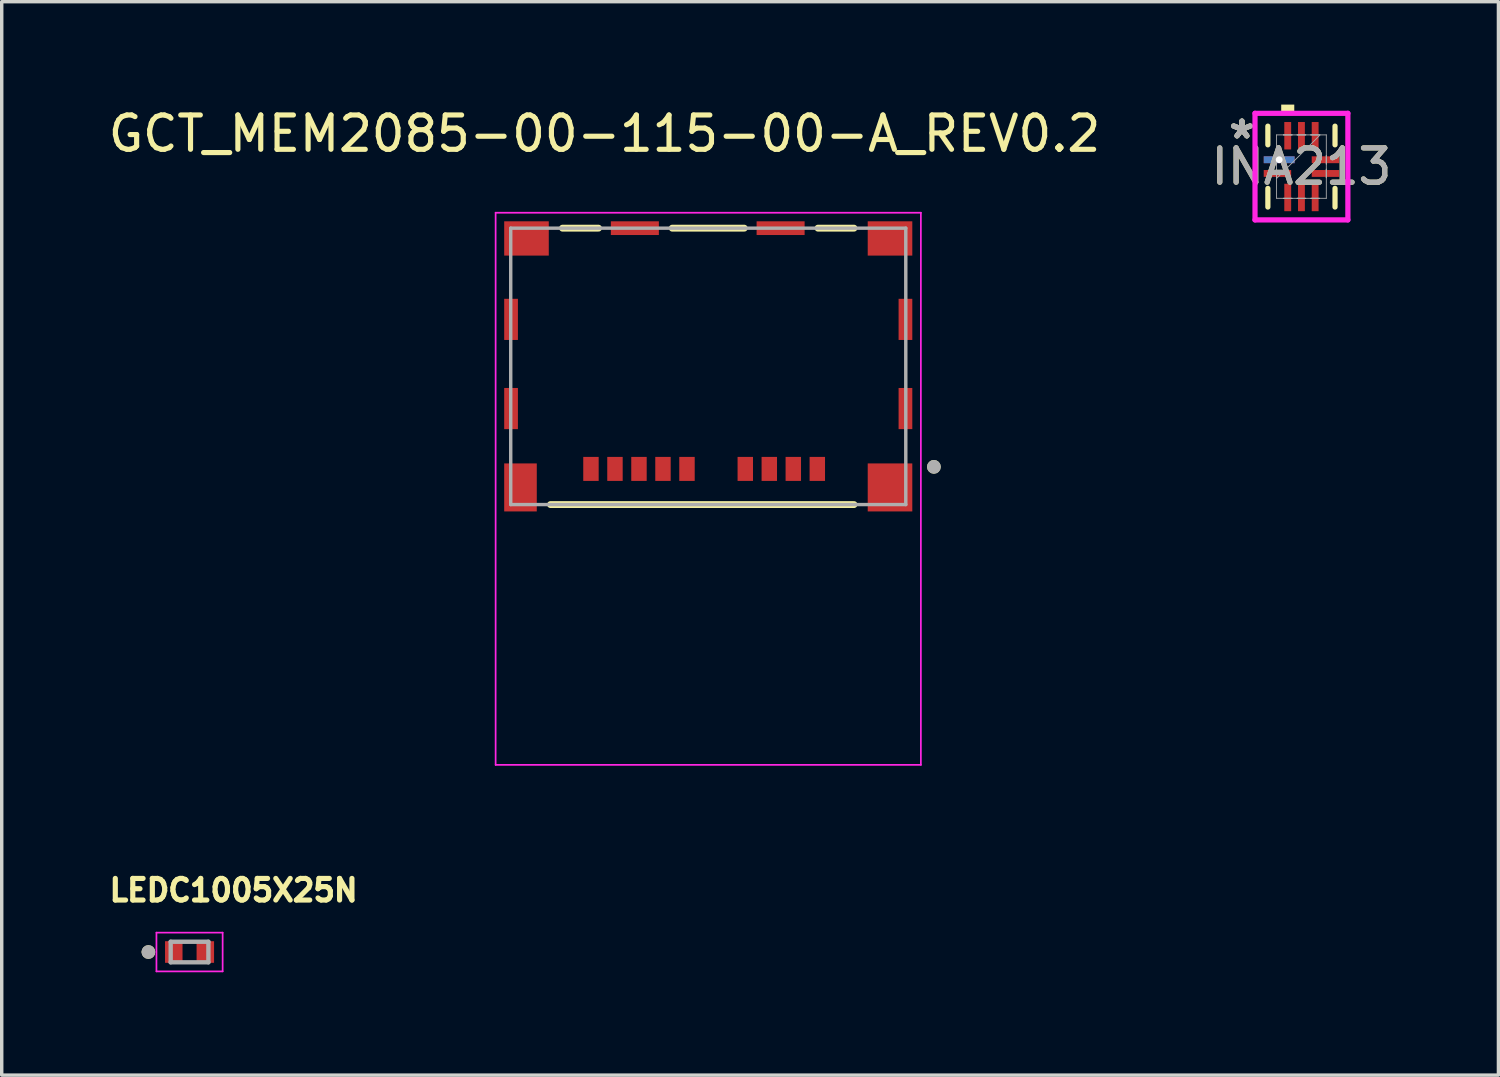
<source format=kicad_pcb>
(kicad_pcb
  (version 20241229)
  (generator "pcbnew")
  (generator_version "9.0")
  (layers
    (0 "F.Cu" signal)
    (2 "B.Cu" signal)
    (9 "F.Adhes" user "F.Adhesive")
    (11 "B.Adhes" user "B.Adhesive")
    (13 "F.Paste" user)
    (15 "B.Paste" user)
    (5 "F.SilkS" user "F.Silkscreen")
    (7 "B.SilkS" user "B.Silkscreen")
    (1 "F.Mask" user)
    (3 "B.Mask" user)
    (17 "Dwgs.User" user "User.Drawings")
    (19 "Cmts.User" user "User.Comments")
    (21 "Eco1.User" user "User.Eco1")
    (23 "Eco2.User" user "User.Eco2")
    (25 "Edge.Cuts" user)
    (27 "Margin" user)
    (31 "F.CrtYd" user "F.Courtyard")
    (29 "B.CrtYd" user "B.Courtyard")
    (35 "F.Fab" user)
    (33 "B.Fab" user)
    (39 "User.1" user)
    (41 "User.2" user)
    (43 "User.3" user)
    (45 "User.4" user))
  (footprint "INA213"
    (layer "F.Cu")
    (at 34.899 1.808)
    (property "Reference" "INA213" (at 0 0 0) (unlocked yes) (layer "F.SilkS") (effects (font (size 1 1) (thickness 0.15))))
    (attr smd)
    (fp_poly (pts (xy -1.15 -0.35) (xy -1.15 -0.05) (xy -0.25 -0.05) (xy -0.25 -0.35)) (stroke (width 0) (type solid)) (fill yes) (layer "F.Mask"))
    (fp_poly (pts (xy -1.15 0.05) (xy -1.15 0.35) (xy -0.25 0.35) (xy -0.25 0.05)) (stroke (width 0) (type solid)) (fill yes) (layer "F.Mask"))
    (fp_poly (pts (xy -0.55 -1.35) (xy -0.55 -0.45) (xy -0.25 -0.45) (xy -0.25 -1.35)) (stroke (width 0) (type solid)) (fill yes) (layer "F.Mask"))
    (fp_poly (pts (xy -0.55 0.45) (xy -0.55 1.35) (xy -0.25 1.35) (xy -0.25 0.45)) (stroke (width 0) (type solid)) (fill yes) (layer "F.Mask"))
    (fp_poly (pts (xy -0.15 -1.35) (xy -0.15 -0.45) (xy 0.15 -0.45) (xy 0.15 -1.35)) (stroke (width 0) (type solid)) (fill yes) (layer "F.Mask"))
    (fp_poly (pts (xy -0.15 0.45) (xy -0.15 1.35) (xy 0.15 1.35) (xy 0.15 0.45)) (stroke (width 0) (type solid)) (fill yes) (layer "F.Mask"))
    (fp_poly (pts (xy 0.25 -1.35) (xy 0.25 -0.45) (xy 0.55 -0.45) (xy 0.55 -1.35)) (stroke (width 0) (type solid)) (fill yes) (layer "F.Mask"))
    (fp_poly (pts (xy 0.25 0.45) (xy 0.25 1.35) (xy 0.55 1.35) (xy 0.55 0.45)) (stroke (width 0) (type solid)) (fill yes) (layer "F.Mask"))
    (fp_poly (pts (xy 0.25 -0.35) (xy 0.25 -0.05) (xy 1.15 -0.05) (xy 1.15 -0.35)) (stroke (width 0) (type solid)) (fill yes) (layer "F.Mask"))
    (fp_poly (pts (xy 0.25 0.05) (xy 0.25 0.35) (xy 1.15 0.35) (xy 1.15 0.05)) (stroke (width 0) (type solid)) (fill yes) (layer "F.Mask"))
    (fp_line (start -0.979 -1.179) (end -0.979 -0.635) (stroke (width 0.152) (type solid)) (layer "F.SilkS"))
    (fp_line (start -0.979 0.635) (end -0.979 1.179) (stroke (width 0.152) (type solid)) (layer "F.SilkS"))
    (fp_line (start 0.979 -0.635) (end 0.979 -1.179) (stroke (width 0.152) (type solid)) (layer "F.SilkS"))
    (fp_line (start 0.979 1.179) (end 0.979 0.635) (stroke (width 0.152) (type solid)) (layer "F.SilkS"))
    (fp_poly (pts (xy -0.59 -1.554) (xy -0.59 -1.808) (xy -0.209 -1.808) (xy -0.209 -1.554)) (stroke (width 0) (type solid)) (fill yes) (layer "F.SilkS"))
    (fp_poly (pts (xy -1.075 -0.275) (xy -1.075 -0.125) (xy -0.325 -0.125) (xy -0.325 -0.275)) (stroke (width 0) (type solid)) (fill yes) (layer "F.Paste"))
    (fp_poly (pts (xy -1.075 0.125) (xy -1.075 0.275) (xy -0.325 0.275) (xy -0.325 0.125)) (stroke (width 0) (type solid)) (fill yes) (layer "F.Paste"))
    (fp_poly (pts (xy -0.475 -1.275) (xy -0.475 -0.525) (xy -0.325 -0.525) (xy -0.325 -1.275)) (stroke (width 0) (type solid)) (fill yes) (layer "F.Paste"))
    (fp_poly (pts (xy -0.475 0.525) (xy -0.475 1.275) (xy -0.325 1.275) (xy -0.325 0.525)) (stroke (width 0) (type solid)) (fill yes) (layer "F.Paste"))
    (fp_poly (pts (xy -0.075 -1.275) (xy -0.075 -0.525) (xy 0.075 -0.525) (xy 0.075 -1.275)) (stroke (width 0) (type solid)) (fill yes) (layer "F.Paste"))
    (fp_poly (pts (xy -0.075 0.525) (xy -0.075 1.275) (xy 0.075 1.275) (xy 0.075 0.525)) (stroke (width 0) (type solid)) (fill yes) (layer "F.Paste"))
    (fp_poly (pts (xy 0.325 -1.275) (xy 0.325 -0.525) (xy 0.475 -0.525) (xy 0.475 -1.275)) (stroke (width 0) (type solid)) (fill yes) (layer "F.Paste"))
    (fp_poly (pts (xy 0.325 0.525) (xy 0.325 1.275) (xy 0.475 1.275) (xy 0.475 0.525)) (stroke (width 0) (type solid)) (fill yes) (layer "F.Paste"))
    (fp_poly (pts (xy 0.325 -0.275) (xy 0.325 -0.125) (xy 1.075 -0.125) (xy 1.075 -0.275)) (stroke (width 0) (type solid)) (fill yes) (layer "F.Paste"))
    (fp_poly (pts (xy 0.325 0.125) (xy 0.325 0.275) (xy 1.075 0.275) (xy 1.075 0.125)) (stroke (width 0) (type solid)) (fill yes) (layer "F.Paste"))
    (fp_line (start -1.354 -1.554) (end 1.354 -1.554) (stroke (width 0.152) (type solid)) (layer "F.CrtYd"))
    (fp_line (start -1.354 1.554) (end -1.354 -1.554) (stroke (width 0.152) (type solid)) (layer "F.CrtYd"))
    (fp_line (start 1.354 -1.554) (end 1.354 1.554) (stroke (width 0.152) (type solid)) (layer "F.CrtYd"))
    (fp_line (start 1.354 1.554) (end -1.354 1.554) (stroke (width 0.152) (type solid)) (layer "F.CrtYd"))
    (fp_line (start -0.725 -0.925) (end -0.725 0.925) (stroke (width 0.025) (type solid)) (layer "F.Fab"))
    (fp_line (start -0.725 -0.325) (end -0.725 -0.325) (stroke (width 0.025) (type solid)) (layer "F.Fab"))
    (fp_line (start -0.725 -0.325) (end -0.725 -0.075) (stroke (width 0.025) (type solid)) (layer "F.Fab"))
    (fp_line (start -0.725 -0.075) (end -0.725 -0.325) (stroke (width 0.025) (type solid)) (layer "F.Fab"))
    (fp_line (start -0.725 -0.075) (end -0.725 -0.075) (stroke (width 0.025) (type solid)) (layer "F.Fab"))
    (fp_line (start -0.725 0.075) (end -0.725 0.075) (stroke (width 0.025) (type solid)) (layer "F.Fab"))
    (fp_line (start -0.725 0.075) (end -0.725 0.325) (stroke (width 0.025) (type solid)) (layer "F.Fab"))
    (fp_line (start -0.725 0.325) (end -0.725 0.075) (stroke (width 0.025) (type solid)) (layer "F.Fab"))
    (fp_line (start -0.725 0.325) (end -0.725 0.325) (stroke (width 0.025) (type solid)) (layer "F.Fab"))
    (fp_line (start -0.725 0.345) (end 0.545 -0.925) (stroke (width 0.025) (type solid)) (layer "F.Fab"))
    (fp_line (start -0.725 0.925) (end 0.725 0.925) (stroke (width 0.025) (type solid)) (layer "F.Fab"))
    (fp_line (start -0.525 -0.925) (end -0.525 -0.925) (stroke (width 0.025) (type solid)) (layer "F.Fab"))
    (fp_line (start -0.525 -0.925) (end -0.275 -0.925) (stroke (width 0.025) (type solid)) (layer "F.Fab"))
    (fp_line (start -0.525 0.925) (end -0.525 0.925) (stroke (width 0.025) (type solid)) (layer "F.Fab"))
    (fp_line (start -0.525 0.925) (end -0.275 0.925) (stroke (width 0.025) (type solid)) (layer "F.Fab"))
    (fp_line (start -0.275 -0.925) (end -0.525 -0.925) (stroke (width 0.025) (type solid)) (layer "F.Fab"))
    (fp_line (start -0.275 -0.925) (end -0.275 -0.925) (stroke (width 0.025) (type solid)) (layer "F.Fab"))
    (fp_line (start -0.275 0.925) (end -0.525 0.925) (stroke (width 0.025) (type solid)) (layer "F.Fab"))
    (fp_line (start -0.275 0.925) (end -0.275 0.925) (stroke (width 0.025) (type solid)) (layer "F.Fab"))
    (fp_line (start -0.125 -0.925) (end -0.125 -0.925) (stroke (width 0.025) (type solid)) (layer "F.Fab"))
    (fp_line (start -0.125 -0.925) (end 0.125 -0.925) (stroke (width 0.025) (type solid)) (layer "F.Fab"))
    (fp_line (start -0.125 0.925) (end -0.125 0.925) (stroke (width 0.025) (type solid)) (layer "F.Fab"))
    (fp_line (start -0.125 0.925) (end 0.125 0.925) (stroke (width 0.025) (type solid)) (layer "F.Fab"))
    (fp_line (start 0.125 -0.925) (end -0.125 -0.925) (stroke (width 0.025) (type solid)) (layer "F.Fab"))
    (fp_line (start 0.125 -0.925) (end 0.125 -0.925) (stroke (width 0.025) (type solid)) (layer "F.Fab"))
    (fp_line (start 0.125 0.925) (end -0.125 0.925) (stroke (width 0.025) (type solid)) (layer "F.Fab"))
    (fp_line (start 0.125 0.925) (end 0.125 0.925) (stroke (width 0.025) (type solid)) (layer "F.Fab"))
    (fp_line (start 0.275 -0.925) (end 0.275 -0.925) (stroke (width 0.025) (type solid)) (layer "F.Fab"))
    (fp_line (start 0.275 -0.925) (end 0.525 -0.925) (stroke (width 0.025) (type solid)) (layer "F.Fab"))
    (fp_line (start 0.275 0.925) (end 0.275 0.925) (stroke (width 0.025) (type solid)) (layer "F.Fab"))
    (fp_line (start 0.275 0.925) (end 0.525 0.925) (stroke (width 0.025) (type solid)) (layer "F.Fab"))
    (fp_line (start 0.525 -0.925) (end 0.275 -0.925) (stroke (width 0.025) (type solid)) (layer "F.Fab"))
    (fp_line (start 0.525 -0.925) (end 0.525 -0.925) (stroke (width 0.025) (type solid)) (layer "F.Fab"))
    (fp_line (start 0.525 0.925) (end 0.275 0.925) (stroke (width 0.025) (type solid)) (layer "F.Fab"))
    (fp_line (start 0.525 0.925) (end 0.525 0.925) (stroke (width 0.025) (type solid)) (layer "F.Fab"))
    (fp_line (start 0.725 -0.925) (end -0.725 -0.925) (stroke (width 0.025) (type solid)) (layer "F.Fab"))
    (fp_line (start 0.725 -0.325) (end 0.725 -0.325) (stroke (width 0.025) (type solid)) (layer "F.Fab"))
    (fp_line (start 0.725 -0.325) (end 0.725 -0.075) (stroke (width 0.025) (type solid)) (layer "F.Fab"))
    (fp_line (start 0.725 -0.075) (end 0.725 -0.325) (stroke (width 0.025) (type solid)) (layer "F.Fab"))
    (fp_line (start 0.725 -0.075) (end 0.725 -0.075) (stroke (width 0.025) (type solid)) (layer "F.Fab"))
    (fp_line (start 0.725 0.075) (end 0.725 0.075) (stroke (width 0.025) (type solid)) (layer "F.Fab"))
    (fp_line (start 0.725 0.075) (end 0.725 0.325) (stroke (width 0.025) (type solid)) (layer "F.Fab"))
    (fp_line (start 0.725 0.325) (end 0.725 0.075) (stroke (width 0.025) (type solid)) (layer "F.Fab"))
    (fp_line (start 0.725 0.325) (end 0.725 0.325) (stroke (width 0.025) (type solid)) (layer "F.Fab"))
    (fp_line (start 0.725 0.925) (end 0.725 -0.925) (stroke (width 0.025) (type solid)) (layer "F.Fab"))
    (fp_text user "*" (at -1.735 -0.781 0) (unlocked yes) (layer "F.SilkS") (effects (font (size 1 1) (thickness 0.15))))
    (fp_text user "*" (at -1.735 -0.781 0) (layer "F.SilkS") (effects (font (size 1 1) (thickness 0.15))))
    (fp_text user "*" (at -1.735 -0.781 0) (unlocked yes) (layer "F.Fab") (effects (font (size 1 1) (thickness 0.15))))
    (fp_text user "*" (at -1.735 -0.781 0) (layer "F.Fab") (effects (font (size 1 1) (thickness 0.15))))
    (fp_text user "${REFERENCE}" (at 0 0 0) (unlocked yes) (layer "F.Fab") (effects (font (size 1 1) (thickness 0.15))))
    (pad "" np_thru_hole rect (at -0.649 -0.2 90) (size 0.2 0.9) (drill 0.762) (layers "*.Cu" "*.Mask"))
    (pad "2" smd rect (at -0.7 0.2 90) (size 0.2 0.8) (layers "F.Cu" "F.Mask"))
    (pad "3" smd rect (at -0.4 0.9) (size 0.2 0.8) (layers "F.Cu" "F.Mask"))
    (pad "4" smd rect (at 0 0.9) (size 0.2 0.8) (layers "F.Cu" "F.Mask"))
    (pad "5" smd rect (at 0.4 0.9) (size 0.2 0.8) (layers "F.Cu" "F.Mask"))
    (pad "6" smd rect (at 0.7 0.2 90) (size 0.2 0.8) (layers "F.Cu" "F.Mask"))
    (pad "7" smd rect (at 0.7 -0.2 90) (size 0.2 0.8) (layers "F.Cu" "F.Mask"))
    (pad "8" smd rect (at 0.4 -0.9) (size 0.2 0.8) (layers "F.Cu" "F.Mask"))
    (pad "9" smd rect (at 0 -0.9) (size 0.2 0.8) (layers "F.Cu" "F.Mask"))
    (pad "10" smd rect (at -0.4 -0.9) (size 0.2 0.8) (layers "F.Cu" "F.Mask")))
  (footprint "GCT_MEM2085-00-115-00-A_REV0.2"
    (layer "F.Cu")
    (at 17.602 7.633)
    (property "Reference" "GCT_MEM2085-00-115-00-A_REV0.2" (at -3.025 -6.785 0) (layer "F.SilkS") (effects (font (size 1 1) (thickness 0.15))))
    (attr smd)
    (fp_line (start -4.6 4.03) (end 4.25 4.03) (stroke (width 0.2) (type solid)) (layer "F.SilkS"))
    (fp_line (start -4.25 -4.03) (end -3.2 -4.03) (stroke (width 0.2) (type solid)) (layer "F.SilkS"))
    (fp_line (start -1.05 -4.03) (end 1.05 -4.03) (stroke (width 0.2) (type solid)) (layer "F.SilkS"))
    (fp_line (start 3.2 -4.03) (end 4.25 -4.03) (stroke (width 0.2) (type solid)) (layer "F.SilkS"))
    (fp_circle (center 6.58 2.93) (end 6.68 2.93) (stroke (width 0.2) (type solid)) (fill no) (layer "F.SilkS"))
    (fp_line (start -6.2 -4.48) (end -6.2 11.62) (stroke (width 0.05) (type solid)) (layer "F.CrtYd"))
    (fp_line (start -6.2 11.62) (end 6.2 11.62) (stroke (width 0.05) (type solid)) (layer "F.CrtYd"))
    (fp_line (start 6.2 -4.48) (end -6.2 -4.48) (stroke (width 0.05) (type solid)) (layer "F.CrtYd"))
    (fp_line (start 6.2 11.62) (end 6.2 -4.48) (stroke (width 0.05) (type solid)) (layer "F.CrtYd"))
    (fp_line (start -5.76 -4.03) (end 5.76 -4.03) (stroke (width 0.1) (type solid)) (layer "F.Fab"))
    (fp_line (start -5.76 4.03) (end -5.76 -4.03) (stroke (width 0.1) (type solid)) (layer "F.Fab"))
    (fp_line (start 5.76 -4.03) (end 5.76 4.03) (stroke (width 0.1) (type solid)) (layer "F.Fab"))
    (fp_line (start 5.76 4.03) (end -5.76 4.03) (stroke (width 0.1) (type solid)) (layer "F.Fab"))
    (fp_circle (center 6.58 2.93) (end 6.68 2.93) (stroke (width 0.2) (type solid)) (fill no) (layer "F.Fab"))
    (pad "CD" smd rect (at -2.02 2.99) (size 0.45 0.7) (layers "F.Cu" "F.Mask" "F.Paste"))
    (pad "G1" smd rect (at -5.475 3.53) (size 0.95 1.4) (layers "F.Cu" "F.Mask" "F.Paste"))
    (pad "G2" smd rect (at 5.3 3.53) (size 1.3 1.4) (layers "F.Cu" "F.Mask" "F.Paste"))
    (pad "G3" smd rect (at 5.75 1.23) (size 0.4 1.2) (layers "F.Cu" "F.Mask" "F.Paste"))
    (pad "G4" smd rect (at 5.75 -1.37) (size 0.4 1.2) (layers "F.Cu" "F.Mask" "F.Paste"))
    (pad "G5" smd rect (at 5.3 -3.73) (size 1.3 1) (layers "F.Cu" "F.Mask" "F.Paste"))
    (pad "G6" smd rect (at 2.11 -4.03) (size 1.4 0.4) (layers "F.Cu" "F.Mask" "F.Paste"))
    (pad "G7" smd rect (at -2.14 -4.03) (size 1.4 0.4) (layers "F.Cu" "F.Mask" "F.Paste"))
    (pad "G8" smd rect (at -5.3 -3.73) (size 1.3 1) (layers "F.Cu" "F.Mask" "F.Paste"))
    (pad "G9" smd rect (at -5.75 -1.37) (size 0.4 1.2) (layers "F.Cu" "F.Mask" "F.Paste"))
    (pad "G10" smd rect (at -5.75 1.23) (size 0.4 1.2) (layers "F.Cu" "F.Mask" "F.Paste"))
    (pad "P1" smd rect (at 3.18 2.99) (size 0.45 0.7) (layers "F.Cu" "F.Mask" "F.Paste"))
    (pad "P2" smd rect (at 2.48 2.99) (size 0.45 0.7) (layers "F.Cu" "F.Mask" "F.Paste"))
    (pad "P3" smd rect (at 1.78 2.99) (size 0.45 0.7) (layers "F.Cu" "F.Mask" "F.Paste"))
    (pad "P4" smd rect (at 1.08 2.99) (size 0.45 0.7) (layers "F.Cu" "F.Mask" "F.Paste"))
    (pad "P5" smd rect (at -0.62 2.99) (size 0.45 0.7) (layers "F.Cu" "F.Mask" "F.Paste"))
    (pad "P6" smd rect (at -1.32 2.99) (size 0.45 0.7) (layers "F.Cu" "F.Mask" "F.Paste"))
    (pad "P7" smd rect (at -2.72 2.99) (size 0.45 0.7) (layers "F.Cu" "F.Mask" "F.Paste"))
    (pad "P8" smd rect (at -3.42 2.99) (size 0.45 0.7) (layers "F.Cu" "F.Mask" "F.Paste"))
    (zone (net_name "") (layer "F.Cu") (hatch full 0.508) (connect_pads) (min_thickness 0.01) (filled_areas_thickness no) (keepout (tracks not_allowed) (vias not_allowed) (pads not_allowed) (copperpour not_allowed) (footprints allowed)) (placement (enabled no)) (fill) (polygon (pts (xy 12.602 5.223) (xy 21.402 5.223) (xy 21.402 9.073) (xy 12.602 9.073))))
    (zone (net_name "") (layers "F.Cu" "B.Cu") (hatch full 0.508) (connect_pads) (min_thickness 0.01) (filled_areas_thickness no) (keepout (tracks allowed) (vias not_allowed) (pads allowed) (copperpour allowed) (footprints allowed)) (placement (enabled no)) (fill) (polygon (pts (xy 12.602 5.223) (xy 21.402 5.223) (xy 21.402 9.073) (xy 12.602 9.073)))))
  (footprint "LEDC1005X25N"
    (layer "F.Cu")
    (at 2.477 24.71)
    (property "Reference" "LEDC1005X25N" (at 1.285 -1.8 0) (layer "F.SilkS") (effects (font (size 0.63 0.63) (thickness 0.15))))
    (attr smd)
    (fp_circle (center -1.2 0) (end -1.1 0) (stroke (width 0.2) (type solid)) (fill no) (layer "F.SilkS"))
    (fp_line (start -0.965 -0.565) (end 0.965 -0.565) (stroke (width 0.05) (type solid)) (layer "F.CrtYd"))
    (fp_line (start -0.965 0.565) (end -0.965 -0.565) (stroke (width 0.05) (type solid)) (layer "F.CrtYd"))
    (fp_line (start 0.965 -0.565) (end 0.965 0.565) (stroke (width 0.05) (type solid)) (layer "F.CrtYd"))
    (fp_line (start 0.965 0.565) (end -0.965 0.565) (stroke (width 0.05) (type solid)) (layer "F.CrtYd"))
    (fp_line (start -0.55 -0.3) (end -0.55 0.3) (stroke (width 0.127) (type solid)) (layer "F.Fab"))
    (fp_line (start -0.55 -0.3) (end 0.55 -0.3) (stroke (width 0.127) (type solid)) (layer "F.Fab"))
    (fp_line (start -0.55 0.3) (end 0.55 0.3) (stroke (width 0.127) (type solid)) (layer "F.Fab"))
    (fp_line (start 0.55 -0.3) (end 0.55 0.3) (stroke (width 0.127) (type solid)) (layer "F.Fab"))
    (fp_circle (center -1.2 0) (end -1.1 0) (stroke (width 0.2) (type solid)) (fill no) (layer "F.Fab"))
    (pad "A" smd rect (at 0.46 0) (size 0.51 0.63) (layers "F.Cu" "F.Mask" "F.Paste"))
    (pad "C" smd rect (at -0.46 0) (size 0.51 0.63) (layers "F.Cu" "F.Mask" "F.Paste")))
  (gr_rect
    (start -3 -3)
    (end 40.643 28.3)
    (stroke (width 0.1) (type default))
    (fill no)
    (layer "Edge.Cuts")))
</source>
